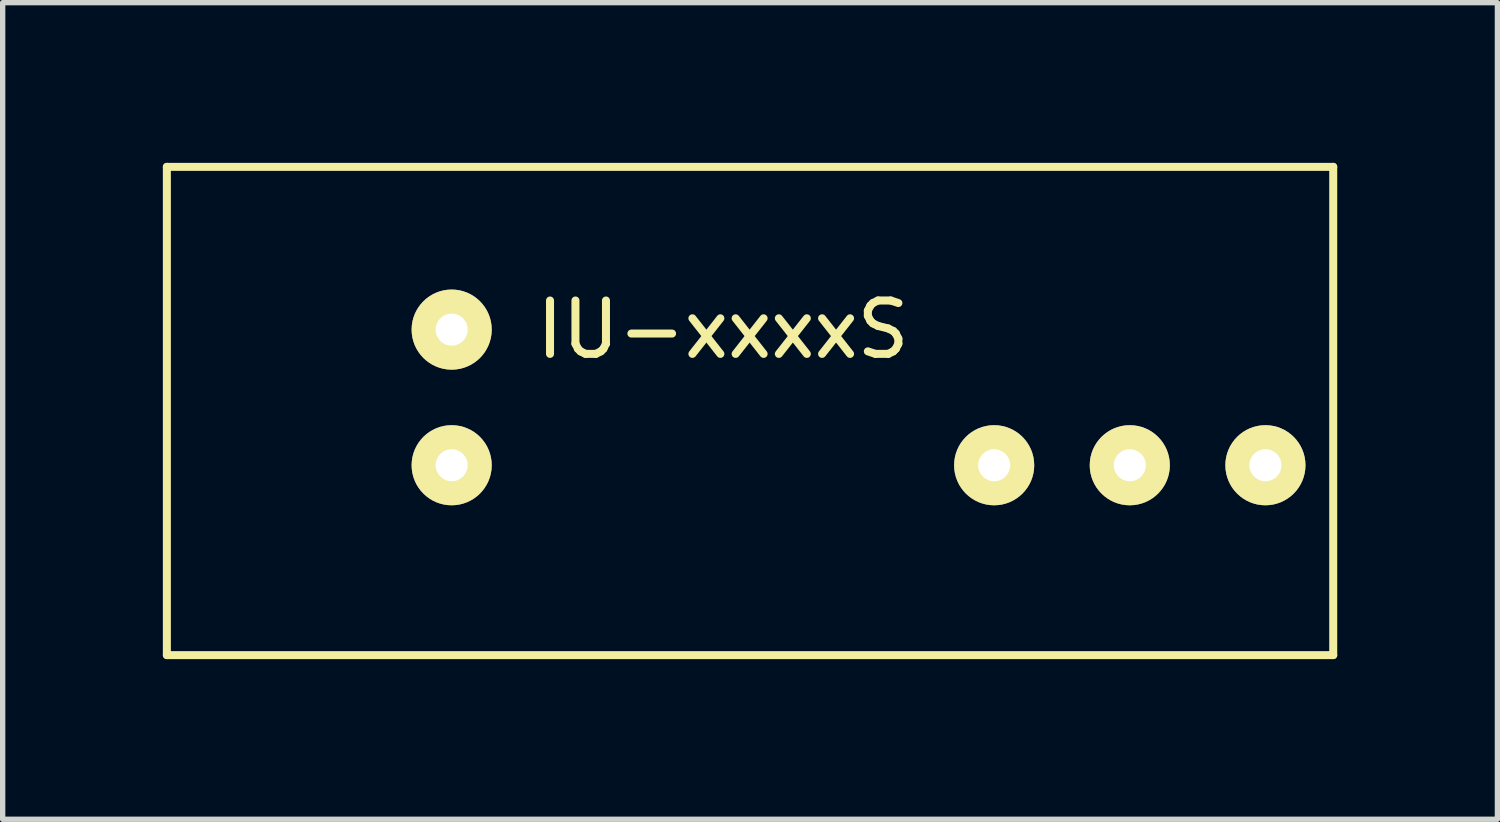
<source format=kicad_pcb>
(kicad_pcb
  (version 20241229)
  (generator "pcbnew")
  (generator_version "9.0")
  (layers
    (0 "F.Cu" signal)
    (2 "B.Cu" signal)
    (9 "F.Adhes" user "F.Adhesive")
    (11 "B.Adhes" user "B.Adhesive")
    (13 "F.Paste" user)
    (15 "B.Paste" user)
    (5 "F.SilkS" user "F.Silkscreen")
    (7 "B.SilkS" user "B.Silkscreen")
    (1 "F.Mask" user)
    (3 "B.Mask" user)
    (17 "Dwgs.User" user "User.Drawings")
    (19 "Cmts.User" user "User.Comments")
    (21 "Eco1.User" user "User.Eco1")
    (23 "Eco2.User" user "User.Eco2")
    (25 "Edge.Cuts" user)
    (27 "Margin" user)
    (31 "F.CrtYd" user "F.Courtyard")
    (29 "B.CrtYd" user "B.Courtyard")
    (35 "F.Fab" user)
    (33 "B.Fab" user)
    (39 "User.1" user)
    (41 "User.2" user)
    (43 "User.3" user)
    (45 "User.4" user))
  (footprint "IU-xxxxS"
    (layer "F.Cu")
    (at 0.329 8.203)
    (property "Reference" "IU-xxxxS" (at 10.16 -5.08 0) (layer "F.SilkS") (effects (font (size 1 1) (thickness 0.15))))
    (attr through_hole)
    (fp_line (start -0.254 -8.128) (end 21.59 -8.128) (stroke (width 0.15) (type solid)) (layer "F.SilkS"))
    (fp_line (start -0.254 1.016) (end -0.254 -8.128) (stroke (width 0.15) (type solid)) (layer "F.SilkS"))
    (fp_line (start 21.59 -8.128) (end 21.59 1.016) (stroke (width 0.15) (type solid)) (layer "F.SilkS"))
    (fp_line (start 21.59 1.016) (end -0.254 1.016) (stroke (width 0.15) (type solid)) (layer "F.SilkS"))
    (pad "1" thru_hole circle (at 5.08 -5.08) (size 1.5 1.5) (drill 0.6) (layers "*.Cu" "*.Mask" "F.SilkS"))
    (pad "2" thru_hole circle (at 5.08 -2.54) (size 1.5 1.5) (drill 0.6) (layers "*.Cu" "*.Mask" "F.SilkS"))
    (pad "6" thru_hole circle (at 15.24 -2.54) (size 1.5 1.5) (drill 0.6) (layers "*.Cu" "*.Mask" "F.SilkS"))
    (pad "7" thru_hole circle (at 17.78 -2.54) (size 1.5 1.5) (drill 0.6) (layers "*.Cu" "*.Mask" "F.SilkS"))
    (pad "8" thru_hole circle (at 20.32 -2.54) (size 1.5 1.5) (drill 0.6) (layers "*.Cu" "*.Mask" "F.SilkS")))
  (gr_rect
    (start -3 -3)
    (end 24.994 12.294)
    (stroke (width 0.1) (type default))
    (fill no)
    (layer "Edge.Cuts")))
</source>
